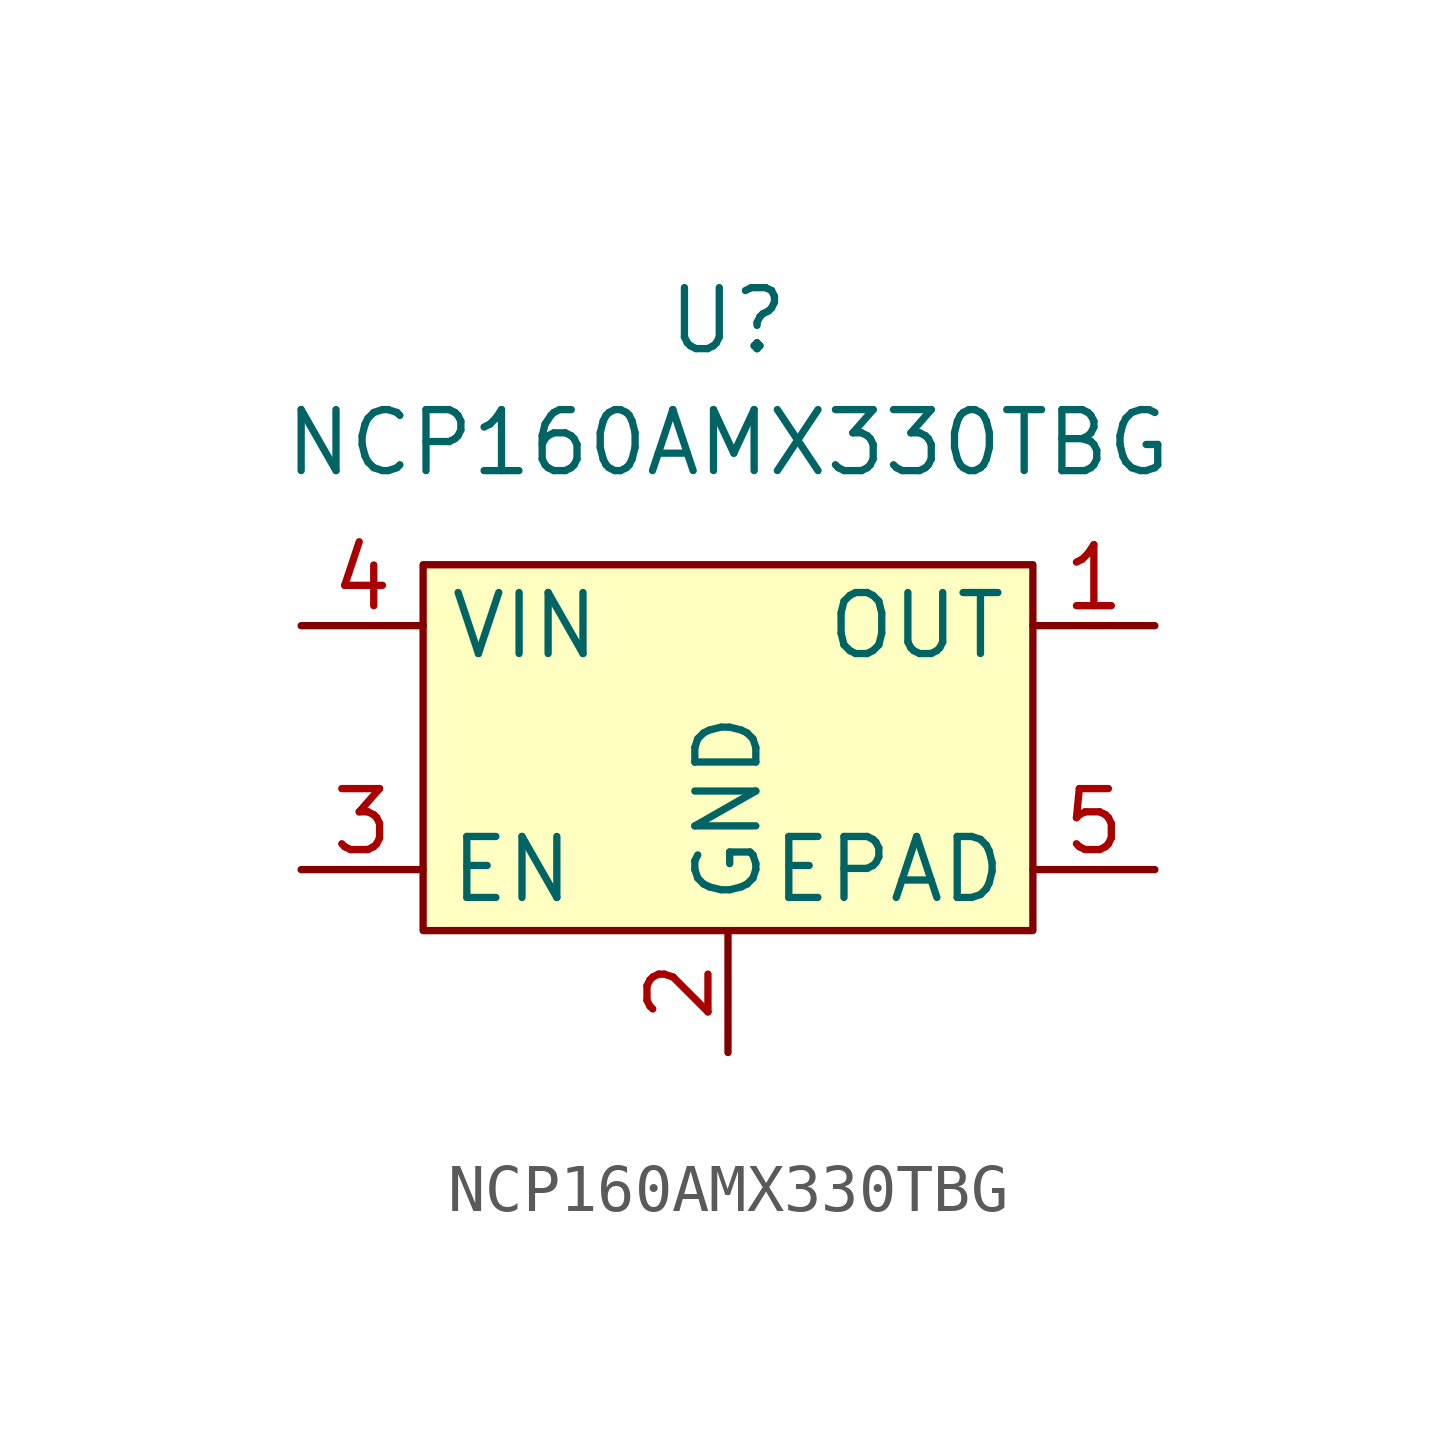
<source format=kicad_sym>
(kicad_symbol_lib
  (version 20211014)
  (generator kicad_symbol_editor)
  (symbol "NCP160AMX330TBG"
    (property "Reference" "U"
      (at 0 2.54 0)
      (effects (font (size 1.27 1.27))))
    (property "Value" "NCP160AMX330TBG"
      (at 0 0 0)
      (effects (font (size 1.27 1.27))))
    (symbol "NCP160AMX330TBG_0_1"
      (rectangle (start -6.35 -2.54) (end 6.35 -10.16) (stroke (width 0) (type default) (color 0 0 0 0)) (fill (type background))))
    (symbol "NCP160AMX330TBG_1_1"
      (pin power_out line (at 8.89 -3.81 180) (length 2.54) (name "OUT" (effects (font (size 1.27 1.27)))) (number "1" (effects (font (size 1.27 1.27)))))
      (pin power_in line (at 0 -12.7 90) (length 2.54) (name "GND" (effects (font (size 1.27 1.27)))) (number "2" (effects (font (size 1.27 1.27)))))
      (pin input line (at -8.89 -8.89 0) (length 2.54) (name "EN" (effects (font (size 1.27 1.27)))) (number "3" (effects (font (size 1.27 1.27)))))
      (pin power_in line (at -8.89 -3.81 0) (length 2.54) (name "VIN" (effects (font (size 1.27 1.27)))) (number "4" (effects (font (size 1.27 1.27)))))
      (pin free line (at 8.89 -8.89 180) (length 2.54) (name "EPAD" (effects (font (size 1.27 1.27)))) (number "5" (effects (font (size 1.27 1.27))))))))
</source>
